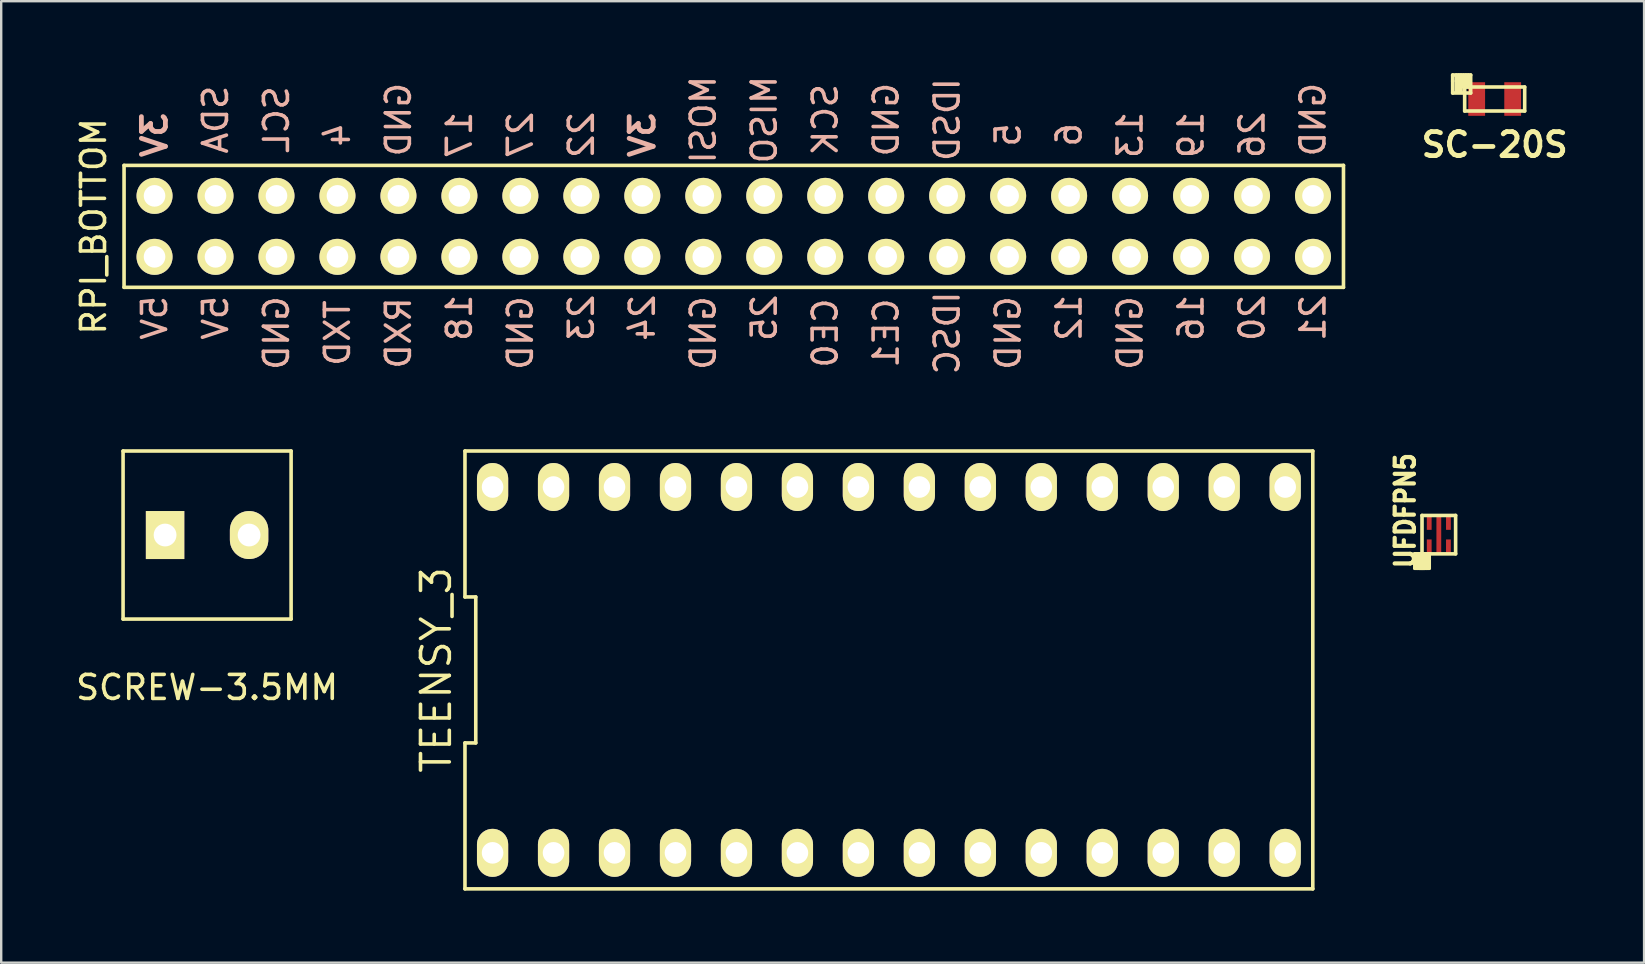
<source format=kicad_pcb>
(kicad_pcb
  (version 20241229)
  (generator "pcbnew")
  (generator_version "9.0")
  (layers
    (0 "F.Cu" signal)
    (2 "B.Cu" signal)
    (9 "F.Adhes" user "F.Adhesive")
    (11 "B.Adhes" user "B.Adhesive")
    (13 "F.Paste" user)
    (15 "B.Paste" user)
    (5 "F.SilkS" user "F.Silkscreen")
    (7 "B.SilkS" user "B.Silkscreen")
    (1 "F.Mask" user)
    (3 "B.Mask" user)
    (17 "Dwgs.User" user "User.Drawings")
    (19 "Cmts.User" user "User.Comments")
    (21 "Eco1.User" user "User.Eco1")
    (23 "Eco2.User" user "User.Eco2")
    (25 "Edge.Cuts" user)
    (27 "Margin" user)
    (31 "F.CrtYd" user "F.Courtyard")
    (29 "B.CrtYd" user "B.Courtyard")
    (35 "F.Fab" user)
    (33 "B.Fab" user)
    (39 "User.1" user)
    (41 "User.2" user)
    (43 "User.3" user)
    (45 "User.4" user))
  (footprint "UFDFPN5"
    (layer "F.Cu")
    (at 56.89 19.223)
    (property "Reference" "UFDFPN5" (at -1.4 -1 90) (layer "F.SilkS") (effects (font (size 0.8 0.7) (thickness 0.175))))
    (attr through_hole)
    (fp_line (start -1 0.8) (end -0.8 0.8) (stroke (width 0.15) (type solid)) (layer "F.SilkS"))
    (fp_line (start -1 0.8) (end -0.4 0.8) (stroke (width 0.15) (type solid)) (layer "F.SilkS"))
    (fp_line (start -1 1.4) (end -1 0.8) (stroke (width 0.15) (type solid)) (layer "F.SilkS"))
    (fp_line (start -0.9 0.8) (end -0.9 1.4) (stroke (width 0.15) (type solid)) (layer "F.SilkS"))
    (fp_line (start -0.8 0.8) (end -0.8 1.4) (stroke (width 0.15) (type solid)) (layer "F.SilkS"))
    (fp_line (start -0.8 1.4) (end -0.6 1.4) (stroke (width 0.15) (type solid)) (layer "F.SilkS"))
    (fp_line (start -0.7 -0.8) (end -0.7 0.8) (stroke (width 0.15) (type solid)) (layer "F.SilkS"))
    (fp_line (start -0.7 -0.8) (end 0.7 -0.8) (stroke (width 0.15) (type solid)) (layer "F.SilkS"))
    (fp_line (start -0.7 0.8) (end -0.7 1.4) (stroke (width 0.15) (type solid)) (layer "F.SilkS"))
    (fp_line (start -0.7 0.8) (end 0.7 0.8) (stroke (width 0.15) (type solid)) (layer "F.SilkS"))
    (fp_line (start -0.6 1.4) (end -0.6 0.8) (stroke (width 0.15) (type solid)) (layer "F.SilkS"))
    (fp_line (start -0.5 0.8) (end -0.5 1.4) (stroke (width 0.15) (type solid)) (layer "F.SilkS"))
    (fp_line (start -0.4 0.8) (end -0.4 1.4) (stroke (width 0.15) (type solid)) (layer "F.SilkS"))
    (fp_line (start -0.4 1.4) (end -1 1.4) (stroke (width 0.15) (type solid)) (layer "F.SilkS"))
    (fp_line (start 0.7 0.8) (end 0.7 -0.8) (stroke (width 0.15) (type solid)) (layer "F.SilkS"))
    (pad "1" smd rect (at -0.4 0.5) (size 0.2 0.6) (layers "F.Cu" "F.Mask" "F.Paste"))
    (pad "2" smd rect (at 0 0) (size 0.2 1.6) (layers "F.Cu" "F.Mask" "F.Paste"))
    (pad "3" smd rect (at 0.4 0.5) (size 0.2 0.6) (layers "F.Cu" "F.Mask" "F.Paste"))
    (pad "4" smd rect (at 0.4 -0.5) (size 0.2 0.6) (layers "F.Cu" "F.Mask" "F.Paste"))
    (pad "5" smd rect (at -0.4 -0.5) (size 0.2 0.6) (layers "F.Cu" "F.Mask" "F.Paste")))
  (footprint "RPI_BOTTOM"
    (layer "F.Cu")
    (at 28.788 7.65)
    (property "Reference" "RPI_BOTTOM" (at -27.94 -1.27 90) (layer "F.SilkS") (effects (font (size 1 1) (thickness 0.15))))
    (attr through_hole)
    (fp_line (start -26.67 -3.81) (end 24.13 -3.81) (stroke (width 0.15) (type solid)) (layer "F.SilkS"))
    (fp_line (start -26.67 1.27) (end -26.67 -3.81) (stroke (width 0.15) (type solid)) (layer "F.SilkS"))
    (fp_line (start 24.13 -3.81) (end 24.13 1.27) (stroke (width 0.15) (type solid)) (layer "F.SilkS"))
    (fp_line (start 24.13 1.27) (end -26.67 1.27) (stroke (width 0.15) (type solid)) (layer "F.SilkS"))
    (fp_text user "21" (at 22.86 2.54 90) (layer "B.SilkS") (effects (font (size 1 1) (thickness 0.15)) (justify mirror)))
    (fp_text user "GND" (at 5.08 -5.715 90) (layer "B.SilkS") (effects (font (size 1 1) (thickness 0.15)) (justify mirror)))
    (fp_text user "GND" (at -2.54 3.175 90) (layer "B.SilkS") (effects (font (size 1 1) (thickness 0.15)) (justify mirror)))
    (fp_text user "25" (at 0 2.54 90) (layer "B.SilkS") (effects (font (size 1 1) (thickness 0.15)) (justify mirror)))
    (fp_text user "CE0" (at 2.54 3.175 90) (layer "B.SilkS") (effects (font (size 1 1) (thickness 0.15)) (justify mirror)))
    (fp_text user "13" (at 15.24 -5.08 90) (layer "B.SilkS") (effects (font (size 1 1) (thickness 0.15)) (justify mirror)))
    (fp_text user "3V" (at -5.08 -5.08 90) (layer "B.SilkS") (effects (font (size 1 1) (thickness 0.2)) (justify mirror)))
    (fp_text user "12" (at 12.7 2.54 90) (layer "B.SilkS") (effects (font (size 1 1) (thickness 0.15)) (justify mirror)))
    (fp_text user "GND" (at -10.16 3.175 90) (layer "B.SilkS") (effects (font (size 1 1) (thickness 0.15)) (justify mirror)))
    (fp_text user "GND" (at -20.32 3.175 90) (layer "B.SilkS") (effects (font (size 1 1) (thickness 0.15)) (justify mirror)))
    (fp_text user "GND" (at 10.16 3.175 90) (layer "B.SilkS") (effects (font (size 1 1) (thickness 0.15)) (justify mirror)))
    (fp_text user "TXD" (at -17.78 3.175 90) (layer "B.SilkS") (effects (font (size 1 1) (thickness 0.15)) (justify mirror)))
    (fp_text user "GND" (at -15.24 -5.715 90) (layer "B.SilkS") (effects (font (size 1 1) (thickness 0.15)) (justify mirror)))
    (fp_text user "26" (at 20.32 -5.08 90) (layer "B.SilkS") (effects (font (size 1 1) (thickness 0.15)) (justify mirror)))
    (fp_text user "3V" (at -25.4 -5.08 90) (layer "B.SilkS") (effects (font (size 1 1) (thickness 0.2)) (justify mirror)))
    (fp_text user "5V" (at -25.4 2.54 90) (layer "B.SilkS") (effects (font (size 1 1) (thickness 0.15)) (justify mirror)))
    (fp_text user "SCL" (at -20.32 -5.715 90) (layer "B.SilkS") (effects (font (size 1 1) (thickness 0.15)) (justify mirror)))
    (fp_text user "IDSD" (at 7.62 -5.715 90) (layer "B.SilkS") (effects (font (size 1 1) (thickness 0.15)) (justify mirror)))
    (fp_text user "17" (at -12.7 -5.08 90) (layer "B.SilkS") (effects (font (size 1 1) (thickness 0.15)) (justify mirror)))
    (fp_text user "CE1" (at 5.08 3.175 90) (layer "B.SilkS") (effects (font (size 1 1) (thickness 0.15)) (justify mirror)))
    (fp_text user "27" (at -10.16 -5.08 90) (layer "B.SilkS") (effects (font (size 1 1) (thickness 0.15)) (justify mirror)))
    (fp_text user "IDSC" (at 7.62 3.175 90) (layer "B.SilkS") (effects (font (size 1 1) (thickness 0.15)) (justify mirror)))
    (fp_text user "22" (at -7.62 -5.08 90) (layer "B.SilkS") (effects (font (size 1 1) (thickness 0.15)) (justify mirror)))
    (fp_text user "MISO" (at 0 -5.715 90) (layer "B.SilkS") (effects (font (size 1 1) (thickness 0.15)) (justify mirror)))
    (fp_text user "24" (at -5.08 2.54 90) (layer "B.SilkS") (effects (font (size 1 1) (thickness 0.15)) (justify mirror)))
    (fp_text user "GND" (at 15.24 3.175 90) (layer "B.SilkS") (effects (font (size 1 1) (thickness 0.15)) (justify mirror)))
    (fp_text user "RXD" (at -15.24 3.175 90) (layer "B.SilkS") (effects (font (size 1 1) (thickness 0.15)) (justify mirror)))
    (fp_text user "23" (at -7.62 2.54 90) (layer "B.SilkS") (effects (font (size 1 1) (thickness 0.15)) (justify mirror)))
    (fp_text user "6" (at 12.7 -5.08 90) (layer "B.SilkS") (effects (font (size 1 1) (thickness 0.15)) (justify mirror)))
    (fp_text user "19" (at 17.78 -5.08 90) (layer "B.SilkS") (effects (font (size 1 1) (thickness 0.15)) (justify mirror)))
    (fp_text user "5V" (at -22.86 2.54 90) (layer "B.SilkS") (effects (font (size 1 1) (thickness 0.15)) (justify mirror)))
    (fp_text user "SCK" (at 2.54 -5.715 90) (layer "B.SilkS") (effects (font (size 1 1) (thickness 0.15)) (justify mirror)))
    (fp_text user "5" (at 10.16 -5.08 90) (layer "B.SilkS") (effects (font (size 1 1) (thickness 0.15)) (justify mirror)))
    (fp_text user "GND" (at 22.86 -5.715 90) (layer "B.SilkS") (effects (font (size 1 1) (thickness 0.15)) (justify mirror)))
    (fp_text user "20" (at 20.32 2.54 90) (layer "B.SilkS") (effects (font (size 1 1) (thickness 0.15)) (justify mirror)))
    (fp_text user "MOSI" (at -2.54 -5.715 90) (layer "B.SilkS") (effects (font (size 1 1) (thickness 0.15)) (justify mirror)))
    (fp_text user "16" (at 17.78 2.54 90) (layer "B.SilkS") (effects (font (size 1 1) (thickness 0.15)) (justify mirror)))
    (fp_text user "18" (at -12.7 2.54 90) (layer "B.SilkS") (effects (font (size 1 1) (thickness 0.15)) (justify mirror)))
    (fp_text user "SDA" (at -22.86 -5.715 90) (layer "B.SilkS") (effects (font (size 1 1) (thickness 0.15)) (justify mirror)))
    (fp_text user "4" (at -17.78 -5.08 90) (layer "B.SilkS") (effects (font (size 1 1) (thickness 0.15)) (justify mirror)))
    (pad "1" thru_hole circle (at -25.4 -2.54) (size 1.5 1.5) (drill 0.9) (layers "*.Cu" "*.Mask" "F.SilkS"))
    (pad "2" thru_hole circle (at -25.4 0) (size 1.5 1.5) (drill 0.9) (layers "*.Cu" "*.Mask" "F.SilkS"))
    (pad "3" thru_hole circle (at -22.86 -2.54) (size 1.5 1.5) (drill 0.9) (layers "*.Cu" "*.Mask" "F.SilkS"))
    (pad "4" thru_hole circle (at -22.86 0) (size 1.5 1.5) (drill 0.9) (layers "*.Cu" "*.Mask" "F.SilkS"))
    (pad "5" thru_hole circle (at -20.32 -2.54) (size 1.5 1.5) (drill 0.9) (layers "*.Cu" "*.Mask" "F.SilkS"))
    (pad "6" thru_hole circle (at -20.32 0) (size 1.5 1.5) (drill 0.9) (layers "*.Cu" "*.Mask" "F.SilkS"))
    (pad "7" thru_hole circle (at -17.78 -2.54) (size 1.5 1.5) (drill 0.9) (layers "*.Cu" "*.Mask" "F.SilkS"))
    (pad "8" thru_hole circle (at -17.78 0) (size 1.5 1.5) (drill 0.9) (layers "*.Cu" "*.Mask" "F.SilkS"))
    (pad "9" thru_hole circle (at -15.24 -2.54) (size 1.5 1.5) (drill 0.9) (layers "*.Cu" "*.Mask" "F.SilkS"))
    (pad "10" thru_hole circle (at -15.24 0) (size 1.5 1.5) (drill 0.9) (layers "*.Cu" "*.Mask" "F.SilkS"))
    (pad "11" thru_hole circle (at -12.7 -2.54) (size 1.5 1.5) (drill 0.9) (layers "*.Cu" "*.Mask" "F.SilkS"))
    (pad "12" thru_hole circle (at -12.7 0) (size 1.5 1.5) (drill 0.9) (layers "*.Cu" "*.Mask" "F.SilkS"))
    (pad "13" thru_hole circle (at -10.16 -2.54) (size 1.5 1.5) (drill 0.9) (layers "*.Cu" "*.Mask" "F.SilkS"))
    (pad "14" thru_hole circle (at -10.16 0) (size 1.5 1.5) (drill 0.9) (layers "*.Cu" "*.Mask" "F.SilkS"))
    (pad "15" thru_hole circle (at -7.62 -2.54) (size 1.5 1.5) (drill 0.9) (layers "*.Cu" "*.Mask" "F.SilkS"))
    (pad "16" thru_hole circle (at -7.62 0) (size 1.5 1.5) (drill 0.9) (layers "*.Cu" "*.Mask" "F.SilkS"))
    (pad "17" thru_hole circle (at -5.08 -2.54) (size 1.5 1.5) (drill 0.9) (layers "*.Cu" "*.Mask" "F.SilkS"))
    (pad "18" thru_hole circle (at -5.08 0) (size 1.5 1.5) (drill 0.9) (layers "*.Cu" "*.Mask" "F.SilkS"))
    (pad "19" thru_hole circle (at -2.54 -2.54) (size 1.5 1.5) (drill 0.9) (layers "*.Cu" "*.Mask" "F.SilkS"))
    (pad "20" thru_hole circle (at -2.54 0) (size 1.5 1.5) (drill 0.9) (layers "*.Cu" "*.Mask" "F.SilkS"))
    (pad "21" thru_hole circle (at 0 -2.54) (size 1.5 1.5) (drill 0.9) (layers "*.Cu" "*.Mask" "F.SilkS"))
    (pad "22" thru_hole circle (at 0 0) (size 1.5 1.5) (drill 0.9) (layers "*.Cu" "*.Mask" "F.SilkS"))
    (pad "23" thru_hole circle (at 2.54 -2.54) (size 1.5 1.5) (drill 0.9) (layers "*.Cu" "*.Mask" "F.SilkS"))
    (pad "24" thru_hole circle (at 2.54 0) (size 1.5 1.5) (drill 0.9) (layers "*.Cu" "*.Mask" "F.SilkS"))
    (pad "25" thru_hole circle (at 5.08 -2.54) (size 1.5 1.5) (drill 0.9) (layers "*.Cu" "*.Mask" "F.SilkS"))
    (pad "26" thru_hole circle (at 5.08 0) (size 1.5 1.5) (drill 0.9) (layers "*.Cu" "*.Mask" "F.SilkS"))
    (pad "27" thru_hole circle (at 7.62 -2.54) (size 1.5 1.5) (drill 0.9) (layers "*.Cu" "*.Mask" "F.SilkS"))
    (pad "28" thru_hole circle (at 7.62 0) (size 1.5 1.5) (drill 0.9) (layers "*.Cu" "*.Mask" "F.SilkS"))
    (pad "29" thru_hole circle (at 10.16 -2.54) (size 1.5 1.5) (drill 0.9) (layers "*.Cu" "*.Mask" "F.SilkS"))
    (pad "30" thru_hole circle (at 10.16 0) (size 1.5 1.5) (drill 0.9) (layers "*.Cu" "*.Mask" "F.SilkS"))
    (pad "31" thru_hole circle (at 12.7 -2.54) (size 1.5 1.5) (drill 0.9) (layers "*.Cu" "*.Mask" "F.SilkS"))
    (pad "32" thru_hole circle (at 12.7 0) (size 1.5 1.5) (drill 0.9) (layers "*.Cu" "*.Mask" "F.SilkS"))
    (pad "33" thru_hole circle (at 15.24 -2.54) (size 1.5 1.5) (drill 0.9) (layers "*.Cu" "*.Mask" "F.SilkS"))
    (pad "34" thru_hole circle (at 15.24 0) (size 1.5 1.5) (drill 0.9) (layers "*.Cu" "*.Mask" "F.SilkS"))
    (pad "35" thru_hole circle (at 17.78 -2.54) (size 1.5 1.5) (drill 0.9) (layers "*.Cu" "*.Mask" "F.SilkS"))
    (pad "36" thru_hole circle (at 17.78 0) (size 1.5 1.5) (drill 0.9) (layers "*.Cu" "*.Mask" "F.SilkS"))
    (pad "37" thru_hole circle (at 20.32 -2.54) (size 1.5 1.5) (drill 0.9) (layers "*.Cu" "*.Mask" "F.SilkS"))
    (pad "38" thru_hole circle (at 20.32 0) (size 1.5 1.5) (drill 0.9) (layers "*.Cu" "*.Mask" "F.SilkS"))
    (pad "39" thru_hole circle (at 22.86 -2.54) (size 1.5 1.5) (drill 0.9) (layers "*.Cu" "*.Mask" "F.SilkS"))
    (pad "40" thru_hole circle (at 22.86 0) (size 1.5 1.5) (drill 0.9) (layers "*.Cu" "*.Mask" "F.SilkS")))
  (footprint "TEENSY_3"
    (layer "F.Cu")
    (at 33.98 24.859)
    (property "Reference" "TEENSY_3" (at -18.86 0 90) (layer "F.SilkS") (effects (font (size 1.2 1.2) (thickness 0.15))))
    (attr through_hole)
    (fp_line (start -17.66 -9.12) (end -17.66 -3.04) (stroke (width 0.15) (type solid)) (layer "F.SilkS"))
    (fp_line (start -17.66 -3.04) (end -17.21 -3.04) (stroke (width 0.15) (type solid)) (layer "F.SilkS"))
    (fp_line (start -17.66 3.04) (end -17.66 9.12) (stroke (width 0.15) (type solid)) (layer "F.SilkS"))
    (fp_line (start -17.66 9.12) (end 17.66 9.12) (stroke (width 0.15) (type solid)) (layer "F.SilkS"))
    (fp_line (start -17.21 -3.04) (end -17.21 3.04) (stroke (width 0.15) (type solid)) (layer "F.SilkS"))
    (fp_line (start -17.21 3.04) (end -17.66 3.04) (stroke (width 0.15) (type solid)) (layer "F.SilkS"))
    (fp_line (start 17.66 -9.12) (end -17.66 -9.12) (stroke (width 0.15) (type solid)) (layer "F.SilkS"))
    (fp_line (start 17.66 9.12) (end 17.66 -9.12) (stroke (width 0.15) (type solid)) (layer "F.SilkS"))
    (pad "1" thru_hole oval (at -16.51 7.62) (size 1.3 2) (drill 0.9) (layers "*.Cu" "*.Mask" "F.SilkS"))
    (pad "2" thru_hole oval (at -13.97 7.62) (size 1.3 2) (drill 0.9) (layers "*.Cu" "*.Mask" "F.SilkS"))
    (pad "3" thru_hole oval (at -11.43 7.62) (size 1.3 2) (drill 0.9) (layers "*.Cu" "*.Mask" "F.SilkS"))
    (pad "4" thru_hole oval (at -8.89 7.62) (size 1.3 2) (drill 0.9) (layers "*.Cu" "*.Mask" "F.SilkS"))
    (pad "5" thru_hole oval (at -6.35 7.62) (size 1.3 2) (drill 0.9) (layers "*.Cu" "*.Mask" "F.SilkS"))
    (pad "6" thru_hole oval (at -3.81 7.62) (size 1.3 2) (drill 0.9) (layers "*.Cu" "*.Mask" "F.SilkS"))
    (pad "7" thru_hole oval (at -1.27 7.62) (size 1.3 2) (drill 0.9) (layers "*.Cu" "*.Mask" "F.SilkS"))
    (pad "8" thru_hole oval (at 1.27 7.62) (size 1.3 2) (drill 0.9) (layers "*.Cu" "*.Mask" "F.SilkS"))
    (pad "9" thru_hole oval (at 3.81 7.62) (size 1.3 2) (drill 0.9) (layers "*.Cu" "*.Mask" "F.SilkS"))
    (pad "10" thru_hole oval (at 6.35 7.62) (size 1.3 2) (drill 0.9) (layers "*.Cu" "*.Mask" "F.SilkS"))
    (pad "11" thru_hole oval (at 8.89 7.62) (size 1.3 2) (drill 0.9) (layers "*.Cu" "*.Mask" "F.SilkS"))
    (pad "12" thru_hole oval (at 11.43 7.62) (size 1.3 2) (drill 0.9) (layers "*.Cu" "*.Mask" "F.SilkS"))
    (pad "13" thru_hole oval (at 13.97 7.62) (size 1.3 2) (drill 0.9) (layers "*.Cu" "*.Mask" "F.SilkS"))
    (pad "14" thru_hole oval (at 16.51 7.62) (size 1.3 2) (drill 0.9) (layers "*.Cu" "*.Mask" "F.SilkS"))
    (pad "15" thru_hole oval (at 16.51 -7.62) (size 1.3 2) (drill 0.9) (layers "*.Cu" "*.Mask" "F.SilkS"))
    (pad "16" thru_hole oval (at 13.97 -7.62) (size 1.3 2) (drill 0.9) (layers "*.Cu" "*.Mask" "F.SilkS"))
    (pad "17" thru_hole oval (at 11.43 -7.62) (size 1.3 2) (drill 0.9) (layers "*.Cu" "*.Mask" "F.SilkS"))
    (pad "18" thru_hole oval (at 8.89 -7.62) (size 1.3 2) (drill 0.9) (layers "*.Cu" "*.Mask" "F.SilkS"))
    (pad "19" thru_hole oval (at 6.35 -7.62) (size 1.3 2) (drill 0.9) (layers "*.Cu" "*.Mask" "F.SilkS"))
    (pad "20" thru_hole oval (at 3.81 -7.62) (size 1.3 2) (drill 0.9) (layers "*.Cu" "*.Mask" "F.SilkS"))
    (pad "21" thru_hole oval (at 1.27 -7.62) (size 1.3 2) (drill 0.9) (layers "*.Cu" "*.Mask" "F.SilkS"))
    (pad "22" thru_hole oval (at -1.27 -7.62) (size 1.3 2) (drill 0.9) (layers "*.Cu" "*.Mask" "F.SilkS"))
    (pad "23" thru_hole oval (at -3.81 -7.62) (size 1.3 2) (drill 0.9) (layers "*.Cu" "*.Mask" "F.SilkS"))
    (pad "24" thru_hole oval (at -6.35 -7.62) (size 1.3 2) (drill 0.9) (layers "*.Cu" "*.Mask" "F.SilkS"))
    (pad "25" thru_hole oval (at -8.89 -7.62) (size 1.3 2) (drill 0.9) (layers "*.Cu" "*.Mask" "F.SilkS"))
    (pad "26" thru_hole oval (at -11.43 -7.62) (size 1.3 2) (drill 0.9) (layers "*.Cu" "*.Mask" "F.SilkS"))
    (pad "27" thru_hole oval (at -13.97 -7.62) (size 1.3 2) (drill 0.9) (layers "*.Cu" "*.Mask" "F.SilkS"))
    (pad "28" thru_hole oval (at -16.51 -7.62) (size 1.3 2) (drill 0.9) (layers "*.Cu" "*.Mask" "F.SilkS")))
  (footprint "SC-20S"
    (layer "F.Cu")
    (at 59.217 1.075)
    (property "Reference" "SC-20S" (at 0 1.905 0) (layer "F.SilkS") (effects (font (size 1 1) (thickness 0.2))))
    (attr smd)
    (fp_line (start -1.75 -1) (end -1.75 -0.75) (stroke (width 0.15) (type solid)) (layer "F.SilkS"))
    (fp_line (start -1.75 -0.75) (end -1.75 -0.25) (stroke (width 0.15) (type solid)) (layer "F.SilkS"))
    (fp_line (start -1.75 -0.25) (end -1 -0.25) (stroke (width 0.15) (type solid)) (layer "F.SilkS"))
    (fp_line (start -1.6 -1) (end -1.6 -0.3) (stroke (width 0.15) (type solid)) (layer "F.SilkS"))
    (fp_line (start -1.5 -1) (end -1.5 -0.3) (stroke (width 0.15) (type solid)) (layer "F.SilkS"))
    (fp_line (start -1.4 -1) (end -1.4 -0.3) (stroke (width 0.15) (type solid)) (layer "F.SilkS"))
    (fp_line (start -1.3 -1) (end -1.3 -0.5) (stroke (width 0.15) (type solid)) (layer "F.SilkS"))
    (fp_line (start -1.25 -0.5) (end 1.25 -0.5) (stroke (width 0.15) (type solid)) (layer "F.SilkS"))
    (fp_line (start -1.25 0.5) (end -1.25 -0.5) (stroke (width 0.15) (type solid)) (layer "F.SilkS"))
    (fp_line (start -1.2 -1) (end -1.2 -0.5) (stroke (width 0.15) (type solid)) (layer "F.SilkS"))
    (fp_line (start -1.1 -1) (end -1.1 -0.5) (stroke (width 0.15) (type solid)) (layer "F.SilkS"))
    (fp_line (start -1 -1) (end -1.75 -1) (stroke (width 0.15) (type solid)) (layer "F.SilkS"))
    (fp_line (start -1 -0.25) (end -1 -1) (stroke (width 0.15) (type solid)) (layer "F.SilkS"))
    (fp_line (start 1.25 -0.5) (end 1.25 0.5) (stroke (width 0.15) (type solid)) (layer "F.SilkS"))
    (fp_line (start 1.25 0.5) (end -1.25 0.5) (stroke (width 0.15) (type solid)) (layer "F.SilkS"))
    (pad "1" smd rect (at -0.75 0) (size 0.7 1.4) (layers "F.Cu" "F.Mask" "F.Paste"))
    (pad "2" smd rect (at 0.75 0) (size 0.7 1.4) (layers "F.Cu" "F.Mask" "F.Paste")))
  (footprint "SCREW-3.5MM"
    (layer "F.Cu")
    (at 5.577 19.239)
    (property "Reference" "SCREW-3.5MM" (at 0 6.35 0) (layer "F.SilkS") (effects (font (size 1 1) (thickness 0.15))))
    (attr through_hole)
    (fp_line (start -3.5 -3.5) (end 3.5 -3.5) (stroke (width 0.15) (type solid)) (layer "F.SilkS"))
    (fp_line (start -3.5 3.5) (end -3.5 -3.5) (stroke (width 0.15) (type solid)) (layer "F.SilkS"))
    (fp_line (start 3.5 -3.5) (end 3.5 3.5) (stroke (width 0.15) (type solid)) (layer "F.SilkS"))
    (fp_line (start 3.5 3.5) (end -3.5 3.5) (stroke (width 0.15) (type solid)) (layer "F.SilkS"))
    (pad "1" thru_hole rect (at -1.75 0) (size 1.6 2) (drill 0.95) (layers "*.Cu" "*.Mask" "F.SilkS"))
    (pad "2" thru_hole oval (at 1.75 0) (size 1.6 2) (drill 0.95) (layers "*.Cu" "*.Mask" "F.SilkS")))
  (gr_rect
    (start -3 -3)
    (end 65.441 37.054)
    (stroke (width 0.1) (type default))
    (fill no)
    (layer "Edge.Cuts")))
</source>
